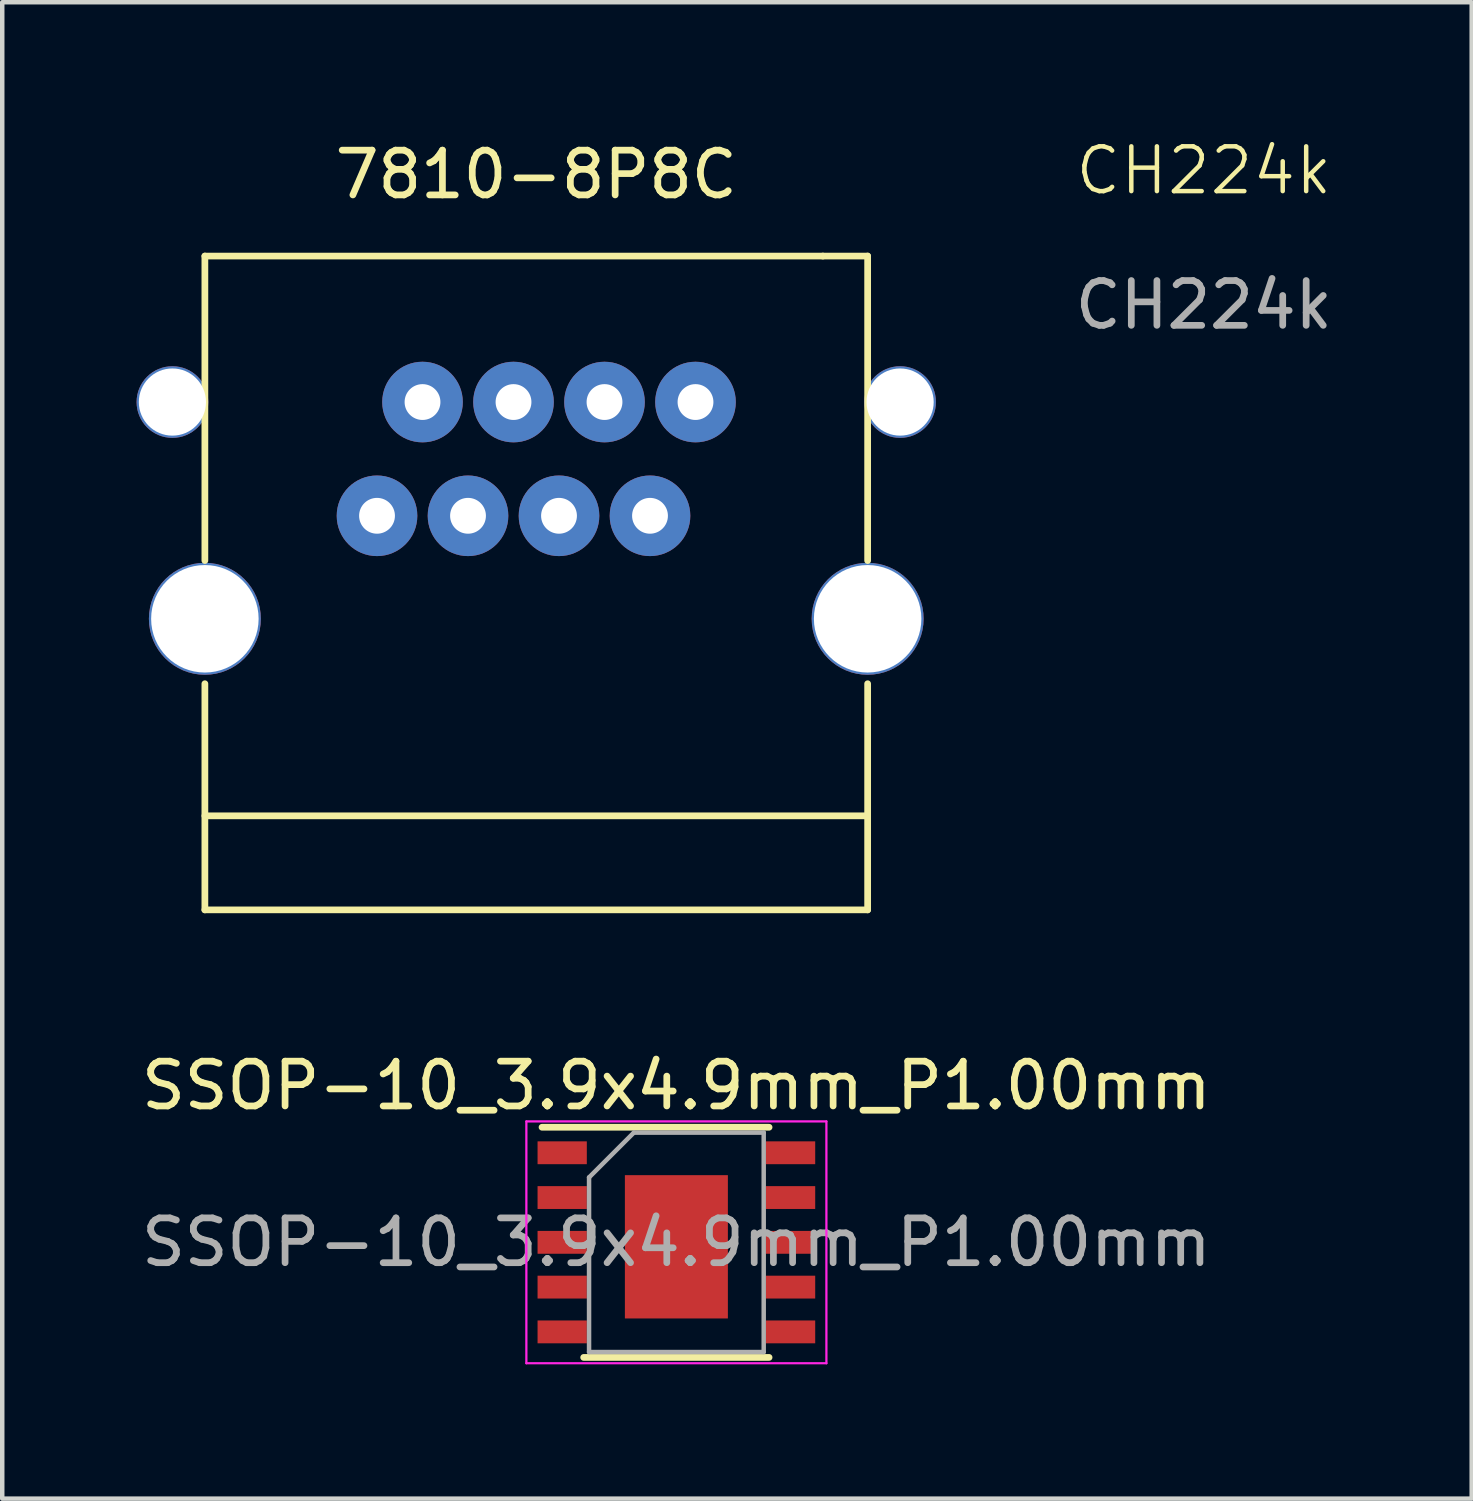
<source format=kicad_pcb>
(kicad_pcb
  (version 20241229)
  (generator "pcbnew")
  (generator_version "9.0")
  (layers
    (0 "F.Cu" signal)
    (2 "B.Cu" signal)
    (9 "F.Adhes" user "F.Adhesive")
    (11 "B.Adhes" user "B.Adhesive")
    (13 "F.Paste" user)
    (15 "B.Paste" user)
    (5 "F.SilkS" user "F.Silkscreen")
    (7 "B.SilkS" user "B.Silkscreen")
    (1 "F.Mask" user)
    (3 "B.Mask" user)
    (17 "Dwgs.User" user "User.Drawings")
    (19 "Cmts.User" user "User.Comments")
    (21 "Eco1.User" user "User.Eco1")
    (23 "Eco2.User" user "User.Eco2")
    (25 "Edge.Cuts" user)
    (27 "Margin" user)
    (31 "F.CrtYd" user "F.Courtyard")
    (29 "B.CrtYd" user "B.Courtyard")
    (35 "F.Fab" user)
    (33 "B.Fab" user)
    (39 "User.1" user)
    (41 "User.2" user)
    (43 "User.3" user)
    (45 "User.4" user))
  (footprint "7810-8P8C"
    (layer "F.Cu")
    (at 8.925 8.468)
    (property "Reference" "7810-8P8C" (at 0 -7.62 0) (layer "F.SilkS") (effects (font (size 1 1) (thickness 0.15))))
    (attr through_hole)
    (fp_line (start -7.4 -5.8) (end -7.4 1) (stroke (width 0.15) (type solid)) (layer "F.SilkS"))
    (fp_line (start -7.4 3.75) (end -7.4 8.8) (stroke (width 0.15) (type solid)) (layer "F.SilkS"))
    (fp_line (start -7.4 6.7) (end 7.4 6.7) (stroke (width 0.15) (type solid)) (layer "F.SilkS"))
    (fp_line (start -7.4 8.8) (end 7.4 8.8) (stroke (width 0.15) (type solid)) (layer "F.SilkS"))
    (fp_line (start 6.4 -5.8) (end -7.4 -5.8) (stroke (width 0.15) (type solid)) (layer "F.SilkS"))
    (fp_line (start 6.4 -5.8) (end 7.4 -5.8) (stroke (width 0.15) (type solid)) (layer "F.SilkS"))
    (fp_line (start 7.4 -5.8) (end 7.4 1) (stroke (width 0.15) (type solid)) (layer "F.SilkS"))
    (fp_line (start 7.4 3.75) (end 7.4 8.8) (stroke (width 0.15) (type solid)) (layer "F.SilkS"))
    (pad "" np_thru_hole circle (at -8.125 -2.54) (size 1.6 1.6) (drill 1.5) (layers "*.Cu" "*.Mask"))
    (pad "" np_thru_hole circle (at -7.4 2.3) (size 2.5 2.5) (drill 2.4) (layers "*.Cu" "*.Mask"))
    (pad "" np_thru_hole circle (at 7.4 2.3) (size 2.5 2.5) (drill 2.4) (layers "*.Cu" "*.Mask"))
    (pad "" np_thru_hole circle (at 8.125 -2.54) (size 1.6 1.6) (drill 1.5) (layers "*.Cu" "*.Mask"))
    (pad "1" thru_hole circle (at 3.556 -2.54) (size 1.8 1.8) (drill 0.8) (layers "*.Cu" "*.Mask"))
    (pad "2" thru_hole circle (at 2.54 0) (size 1.8 1.8) (drill 0.8) (layers "*.Cu" "*.Mask"))
    (pad "3" thru_hole circle (at 1.524 -2.54) (size 1.8 1.8) (drill 0.8) (layers "*.Cu" "*.Mask"))
    (pad "4" thru_hole circle (at 0.508 0) (size 1.8 1.8) (drill 0.8) (layers "*.Cu" "*.Mask"))
    (pad "5" thru_hole circle (at -0.508 -2.54) (size 1.8 1.8) (drill 0.8) (layers "*.Cu" "*.Mask"))
    (pad "6" thru_hole circle (at -1.524 0) (size 1.8 1.8) (drill 0.8) (layers "*.Cu" "*.Mask"))
    (pad "7" thru_hole circle (at -2.54 -2.54) (size 1.8 1.8) (drill 0.8) (layers "*.Cu" "*.Mask"))
    (pad "8" thru_hole circle (at -3.556 0) (size 1.8 1.8) (drill 0.8) (layers "*.Cu" "*.Mask")))
  (footprint "CH224k"
    (layer "F.Cu")
    (at 23.832 1.26)
    (property "Reference" "CH224k" (at 0 -0.5 0) (unlocked yes) (layer "F.SilkS") (effects (font (size 1 1) (thickness 0.1))))
    (attr smd)
    (fp_text user "${REFERENCE}" (at 0 2.5 0) (unlocked yes) (layer "F.Fab") (effects (font (size 1 1) (thickness 0.15)))))
  (footprint "SSOP-10_3.9x4.9mm_P1.00mm"
    (layer "F.Cu")
    (at 12.054 24.692)
    (property "Reference" "SSOP-10_3.9x4.9mm_P1.00mm" (at 0 -3.5 0) (layer "F.SilkS") (effects (font (size 1 1) (thickness 0.15))))
    (attr smd)
    (fp_line (start -3 -2.57) (end 2.07 -2.57) (stroke (width 0.15) (type solid)) (layer "F.SilkS"))
    (fp_line (start -2.07 2.57) (end 2.07 2.57) (stroke (width 0.15) (type solid)) (layer "F.SilkS"))
    (fp_line (start -3.35 -2.7) (end -3.35 2.7) (stroke (width 0.05) (type solid)) (layer "F.CrtYd"))
    (fp_line (start -3.35 -2.7) (end 3.35 -2.7) (stroke (width 0.05) (type solid)) (layer "F.CrtYd"))
    (fp_line (start -3.35 2.7) (end 3.35 2.7) (stroke (width 0.05) (type solid)) (layer "F.CrtYd"))
    (fp_line (start 3.35 -2.7) (end 3.35 2.7) (stroke (width 0.05) (type solid)) (layer "F.CrtYd"))
    (fp_line (start -1.95 -1.45) (end -0.95 -2.45) (stroke (width 0.1) (type solid)) (layer "F.Fab"))
    (fp_line (start -1.95 2.45) (end -1.95 -1.45) (stroke (width 0.1) (type solid)) (layer "F.Fab"))
    (fp_line (start -0.95 -2.45) (end 1.95 -2.45) (stroke (width 0.1) (type solid)) (layer "F.Fab"))
    (fp_line (start 1.95 -2.45) (end 1.95 2.45) (stroke (width 0.1) (type solid)) (layer "F.Fab"))
    (fp_line (start 1.95 2.45) (end -1.95 2.45) (stroke (width 0.1) (type solid)) (layer "F.Fab"))
    (fp_text user "${REFERENCE}" (at 0 0 0) (layer "F.Fab") (effects (font (size 1 1) (thickness 0.15))))
    (pad "1" smd rect (at -2.55 -2) (size 1.1 0.51) (layers "F.Cu" "F.Mask" "F.Paste"))
    (pad "2" smd rect (at -2.55 -1) (size 1.1 0.51) (layers "F.Cu" "F.Mask" "F.Paste"))
    (pad "3" smd rect (at -2.55 0) (size 1.1 0.51) (layers "F.Cu" "F.Mask" "F.Paste"))
    (pad "4" smd rect (at -2.55 1) (size 1.1 0.51) (layers "F.Cu" "F.Mask" "F.Paste"))
    (pad "5" smd rect (at -2.55 2) (size 1.1 0.51) (layers "F.Cu" "F.Mask" "F.Paste"))
    (pad "6" smd rect (at 2.55 2) (size 1.1 0.51) (layers "F.Cu" "F.Mask" "F.Paste"))
    (pad "7" smd rect (at 2.55 1) (size 1.1 0.51) (layers "F.Cu" "F.Mask" "F.Paste"))
    (pad "8" smd rect (at 2.55 0) (size 1.1 0.51) (layers "F.Cu" "F.Mask" "F.Paste"))
    (pad "9" smd rect (at 2.55 -1) (size 1.1 0.51) (layers "F.Cu" "F.Mask" "F.Paste"))
    (pad "10" smd rect (at 2.55 -2) (size 1.1 0.51) (layers "F.Cu" "F.Mask" "F.Paste"))
    (pad "11" smd rect (at 0 0.1) (size 2.3 3.2) (layers "F.Cu" "F.Mask" "F.Paste")))
  (gr_rect
    (start -3 -3)
    (end 29.814 30.416)
    (stroke (width 0.1) (type default))
    (fill no)
    (layer "Edge.Cuts")))
</source>
